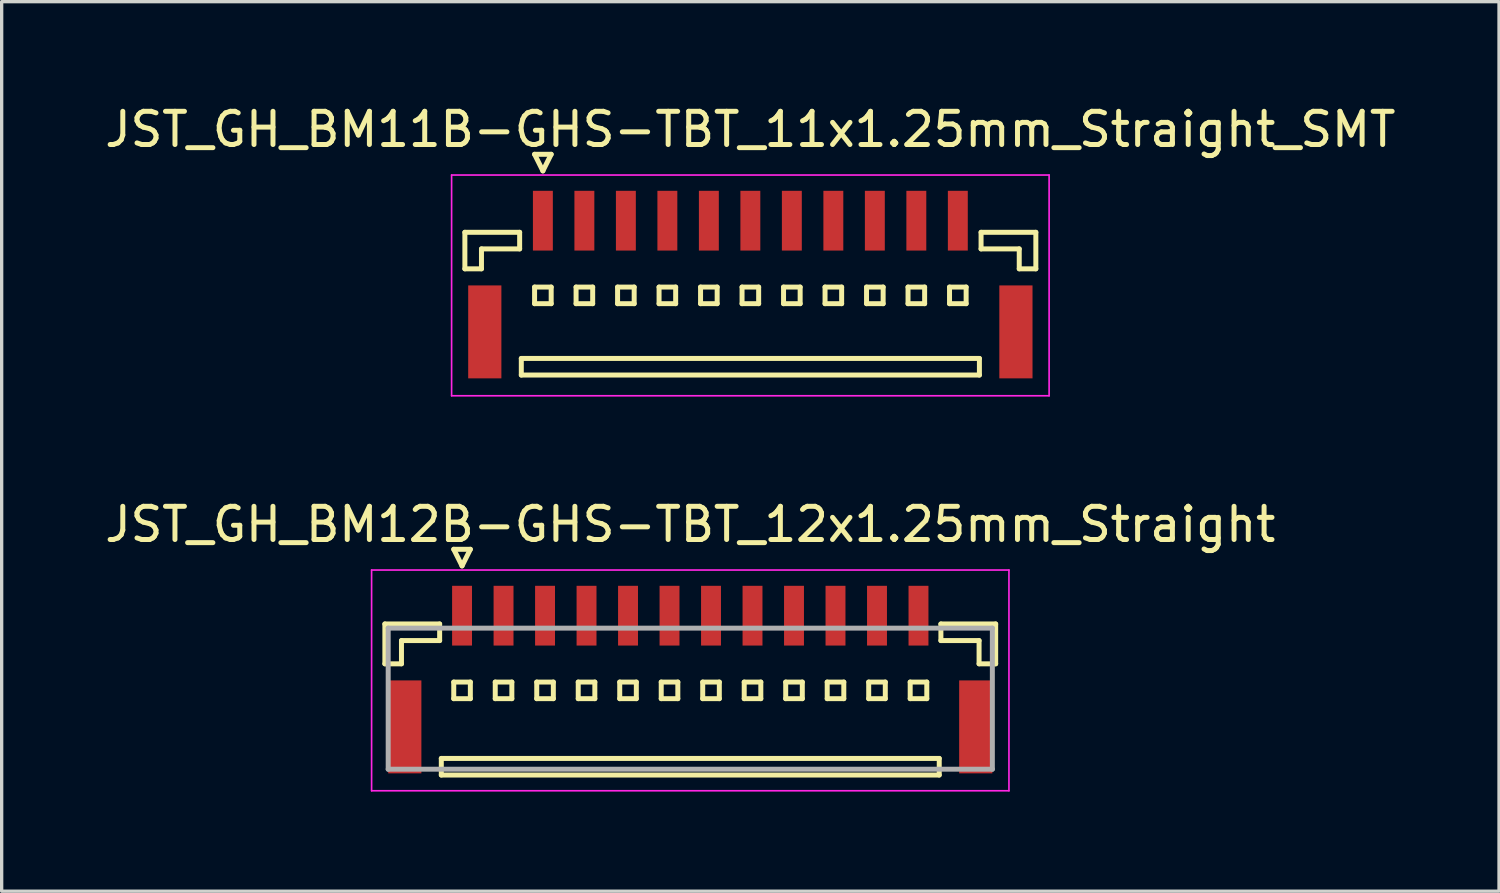
<source format=kicad_pcb>
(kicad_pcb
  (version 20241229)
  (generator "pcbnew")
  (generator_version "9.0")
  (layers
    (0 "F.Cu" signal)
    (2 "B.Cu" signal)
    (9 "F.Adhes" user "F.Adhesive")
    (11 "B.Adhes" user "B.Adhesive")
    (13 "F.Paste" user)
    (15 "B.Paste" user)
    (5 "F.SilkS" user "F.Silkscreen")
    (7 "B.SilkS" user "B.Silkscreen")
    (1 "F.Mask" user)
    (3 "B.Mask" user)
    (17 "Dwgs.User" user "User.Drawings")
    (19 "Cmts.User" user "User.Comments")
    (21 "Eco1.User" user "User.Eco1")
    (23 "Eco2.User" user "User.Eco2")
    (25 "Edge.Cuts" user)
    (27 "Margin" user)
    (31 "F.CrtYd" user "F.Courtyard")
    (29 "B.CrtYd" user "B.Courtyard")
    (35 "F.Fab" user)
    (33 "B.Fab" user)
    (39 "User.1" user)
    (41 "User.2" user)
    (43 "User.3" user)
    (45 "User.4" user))
  (footprint "JST_GH_BM12B-GHS-TBT_12x1.25mm_Straight"
    (layer "F.Cu")
    (at 17.744 17.172)
    (property "Reference" "JST_GH_BM12B-GHS-TBT_12x1.25mm_Straight" (at 0 -4.425 0) (layer "F.SilkS") (effects (font (size 1 1) (thickness 0.15))))
    (attr smd)
    (fp_line (start -9.2 -1.425) (end -7.55 -1.425) (stroke (width 0.15) (type solid)) (layer "F.SilkS"))
    (fp_line (start -9.2 -0.225) (end -9.2 -1.425) (stroke (width 0.15) (type solid)) (layer "F.SilkS"))
    (fp_line (start -8.7 -0.925) (end -8.7 -0.225) (stroke (width 0.15) (type solid)) (layer "F.SilkS"))
    (fp_line (start -8.7 -0.225) (end -9.2 -0.225) (stroke (width 0.15) (type solid)) (layer "F.SilkS"))
    (fp_line (start -7.55 -1.425) (end -7.55 -0.925) (stroke (width 0.15) (type solid)) (layer "F.SilkS"))
    (fp_line (start -7.55 -0.925) (end -8.7 -0.925) (stroke (width 0.15) (type solid)) (layer "F.SilkS"))
    (fp_line (start -7.5 2.625) (end -7.5 3.125) (stroke (width 0.15) (type solid)) (layer "F.SilkS"))
    (fp_line (start -7.5 3.125) (end 7.5 3.125) (stroke (width 0.15) (type solid)) (layer "F.SilkS"))
    (fp_line (start -7.125 -3.675) (end -6.625 -3.675) (stroke (width 0.15) (type solid)) (layer "F.SilkS"))
    (fp_line (start -7.125 0.325) (end -7.125 0.825) (stroke (width 0.15) (type solid)) (layer "F.SilkS"))
    (fp_line (start -7.125 0.825) (end -6.625 0.825) (stroke (width 0.15) (type solid)) (layer "F.SilkS"))
    (fp_line (start -6.875 -3.175) (end -7.125 -3.675) (stroke (width 0.15) (type solid)) (layer "F.SilkS"))
    (fp_line (start -6.625 -3.675) (end -6.875 -3.175) (stroke (width 0.15) (type solid)) (layer "F.SilkS"))
    (fp_line (start -6.625 0.325) (end -7.125 0.325) (stroke (width 0.15) (type solid)) (layer "F.SilkS"))
    (fp_line (start -6.625 0.825) (end -6.625 0.325) (stroke (width 0.15) (type solid)) (layer "F.SilkS"))
    (fp_line (start -5.875 0.325) (end -5.875 0.825) (stroke (width 0.15) (type solid)) (layer "F.SilkS"))
    (fp_line (start -5.875 0.825) (end -5.375 0.825) (stroke (width 0.15) (type solid)) (layer "F.SilkS"))
    (fp_line (start -5.375 0.325) (end -5.875 0.325) (stroke (width 0.15) (type solid)) (layer "F.SilkS"))
    (fp_line (start -5.375 0.825) (end -5.375 0.325) (stroke (width 0.15) (type solid)) (layer "F.SilkS"))
    (fp_line (start -4.625 0.325) (end -4.625 0.825) (stroke (width 0.15) (type solid)) (layer "F.SilkS"))
    (fp_line (start -4.625 0.825) (end -4.125 0.825) (stroke (width 0.15) (type solid)) (layer "F.SilkS"))
    (fp_line (start -4.125 0.325) (end -4.625 0.325) (stroke (width 0.15) (type solid)) (layer "F.SilkS"))
    (fp_line (start -4.125 0.825) (end -4.125 0.325) (stroke (width 0.15) (type solid)) (layer "F.SilkS"))
    (fp_line (start -3.375 0.325) (end -3.375 0.825) (stroke (width 0.15) (type solid)) (layer "F.SilkS"))
    (fp_line (start -3.375 0.825) (end -2.875 0.825) (stroke (width 0.15) (type solid)) (layer "F.SilkS"))
    (fp_line (start -2.875 0.325) (end -3.375 0.325) (stroke (width 0.15) (type solid)) (layer "F.SilkS"))
    (fp_line (start -2.875 0.825) (end -2.875 0.325) (stroke (width 0.15) (type solid)) (layer "F.SilkS"))
    (fp_line (start -2.125 0.325) (end -2.125 0.825) (stroke (width 0.15) (type solid)) (layer "F.SilkS"))
    (fp_line (start -2.125 0.825) (end -1.625 0.825) (stroke (width 0.15) (type solid)) (layer "F.SilkS"))
    (fp_line (start -1.625 0.325) (end -2.125 0.325) (stroke (width 0.15) (type solid)) (layer "F.SilkS"))
    (fp_line (start -1.625 0.825) (end -1.625 0.325) (stroke (width 0.15) (type solid)) (layer "F.SilkS"))
    (fp_line (start -0.875 0.325) (end -0.875 0.825) (stroke (width 0.15) (type solid)) (layer "F.SilkS"))
    (fp_line (start -0.875 0.825) (end -0.375 0.825) (stroke (width 0.15) (type solid)) (layer "F.SilkS"))
    (fp_line (start -0.375 0.325) (end -0.875 0.325) (stroke (width 0.15) (type solid)) (layer "F.SilkS"))
    (fp_line (start -0.375 0.825) (end -0.375 0.325) (stroke (width 0.15) (type solid)) (layer "F.SilkS"))
    (fp_line (start 0.375 0.325) (end 0.375 0.825) (stroke (width 0.15) (type solid)) (layer "F.SilkS"))
    (fp_line (start 0.375 0.825) (end 0.875 0.825) (stroke (width 0.15) (type solid)) (layer "F.SilkS"))
    (fp_line (start 0.875 0.325) (end 0.375 0.325) (stroke (width 0.15) (type solid)) (layer "F.SilkS"))
    (fp_line (start 0.875 0.825) (end 0.875 0.325) (stroke (width 0.15) (type solid)) (layer "F.SilkS"))
    (fp_line (start 1.625 0.325) (end 1.625 0.825) (stroke (width 0.15) (type solid)) (layer "F.SilkS"))
    (fp_line (start 1.625 0.825) (end 2.125 0.825) (stroke (width 0.15) (type solid)) (layer "F.SilkS"))
    (fp_line (start 2.125 0.325) (end 1.625 0.325) (stroke (width 0.15) (type solid)) (layer "F.SilkS"))
    (fp_line (start 2.125 0.825) (end 2.125 0.325) (stroke (width 0.15) (type solid)) (layer "F.SilkS"))
    (fp_line (start 2.875 0.325) (end 2.875 0.825) (stroke (width 0.15) (type solid)) (layer "F.SilkS"))
    (fp_line (start 2.875 0.825) (end 3.375 0.825) (stroke (width 0.15) (type solid)) (layer "F.SilkS"))
    (fp_line (start 3.375 0.325) (end 2.875 0.325) (stroke (width 0.15) (type solid)) (layer "F.SilkS"))
    (fp_line (start 3.375 0.825) (end 3.375 0.325) (stroke (width 0.15) (type solid)) (layer "F.SilkS"))
    (fp_line (start 4.125 0.325) (end 4.125 0.825) (stroke (width 0.15) (type solid)) (layer "F.SilkS"))
    (fp_line (start 4.125 0.825) (end 4.625 0.825) (stroke (width 0.15) (type solid)) (layer "F.SilkS"))
    (fp_line (start 4.625 0.325) (end 4.125 0.325) (stroke (width 0.15) (type solid)) (layer "F.SilkS"))
    (fp_line (start 4.625 0.825) (end 4.625 0.325) (stroke (width 0.15) (type solid)) (layer "F.SilkS"))
    (fp_line (start 5.375 0.325) (end 5.375 0.825) (stroke (width 0.15) (type solid)) (layer "F.SilkS"))
    (fp_line (start 5.375 0.825) (end 5.875 0.825) (stroke (width 0.15) (type solid)) (layer "F.SilkS"))
    (fp_line (start 5.875 0.325) (end 5.375 0.325) (stroke (width 0.15) (type solid)) (layer "F.SilkS"))
    (fp_line (start 5.875 0.825) (end 5.875 0.325) (stroke (width 0.15) (type solid)) (layer "F.SilkS"))
    (fp_line (start 6.625 0.325) (end 6.625 0.825) (stroke (width 0.15) (type solid)) (layer "F.SilkS"))
    (fp_line (start 6.625 0.825) (end 7.125 0.825) (stroke (width 0.15) (type solid)) (layer "F.SilkS"))
    (fp_line (start 7.125 0.325) (end 6.625 0.325) (stroke (width 0.15) (type solid)) (layer "F.SilkS"))
    (fp_line (start 7.125 0.825) (end 7.125 0.325) (stroke (width 0.15) (type solid)) (layer "F.SilkS"))
    (fp_line (start 7.5 2.625) (end -7.5 2.625) (stroke (width 0.15) (type solid)) (layer "F.SilkS"))
    (fp_line (start 7.5 3.125) (end 7.5 2.625) (stroke (width 0.15) (type solid)) (layer "F.SilkS"))
    (fp_line (start 7.55 -1.425) (end 7.55 -0.925) (stroke (width 0.15) (type solid)) (layer "F.SilkS"))
    (fp_line (start 7.55 -0.925) (end 8.7 -0.925) (stroke (width 0.15) (type solid)) (layer "F.SilkS"))
    (fp_line (start 8.7 -0.925) (end 8.7 -0.225) (stroke (width 0.15) (type solid)) (layer "F.SilkS"))
    (fp_line (start 8.7 -0.225) (end 9.2 -0.225) (stroke (width 0.15) (type solid)) (layer "F.SilkS"))
    (fp_line (start 9.2 -1.425) (end 7.55 -1.425) (stroke (width 0.15) (type solid)) (layer "F.SilkS"))
    (fp_line (start 9.2 -0.225) (end 9.2 -1.425) (stroke (width 0.15) (type solid)) (layer "F.SilkS"))
    (fp_line (start -9.6 -3.05) (end -9.6 3.6) (stroke (width 0.05) (type solid)) (layer "F.CrtYd"))
    (fp_line (start -9.6 3.6) (end 9.6 3.6) (stroke (width 0.05) (type solid)) (layer "F.CrtYd"))
    (fp_line (start 9.6 -3.05) (end -9.6 -3.05) (stroke (width 0.05) (type solid)) (layer "F.CrtYd"))
    (fp_line (start 9.6 3.6) (end 9.6 -3.05) (stroke (width 0.05) (type solid)) (layer "F.CrtYd"))
    (fp_line (start -9.1 -1.3) (end -9.1 2.95) (stroke (width 0.15) (type solid)) (layer "F.Fab"))
    (fp_line (start -9.1 2.95) (end 9.1 2.95) (stroke (width 0.15) (type solid)) (layer "F.Fab"))
    (fp_line (start 9.1 -1.3) (end -9.1 -1.3) (stroke (width 0.15) (type solid)) (layer "F.Fab"))
    (fp_line (start 9.1 2.95) (end 9.1 -1.3) (stroke (width 0.15) (type solid)) (layer "F.Fab"))
    (pad "" smd rect (at -8.6 1.675) (size 1 2.8) (layers "F.Cu" "F.Mask" "F.Paste"))
    (pad "" smd rect (at 8.6 1.675) (size 1 2.8) (layers "F.Cu" "F.Mask" "F.Paste"))
    (pad "1" smd rect (at -6.875 -1.675) (size 0.6 1.8) (layers "F.Cu" "F.Mask" "F.Paste"))
    (pad "2" smd rect (at -5.625 -1.675) (size 0.6 1.8) (layers "F.Cu" "F.Mask" "F.Paste"))
    (pad "3" smd rect (at -4.375 -1.675) (size 0.6 1.8) (layers "F.Cu" "F.Mask" "F.Paste"))
    (pad "4" smd rect (at -3.125 -1.675) (size 0.6 1.8) (layers "F.Cu" "F.Mask" "F.Paste"))
    (pad "5" smd rect (at -1.875 -1.675) (size 0.6 1.8) (layers "F.Cu" "F.Mask" "F.Paste"))
    (pad "6" smd rect (at -0.625 -1.675) (size 0.6 1.8) (layers "F.Cu" "F.Mask" "F.Paste"))
    (pad "7" smd rect (at 0.625 -1.675) (size 0.6 1.8) (layers "F.Cu" "F.Mask" "F.Paste"))
    (pad "8" smd rect (at 1.875 -1.675) (size 0.6 1.8) (layers "F.Cu" "F.Mask" "F.Paste"))
    (pad "9" smd rect (at 3.125 -1.675) (size 0.6 1.8) (layers "F.Cu" "F.Mask" "F.Paste"))
    (pad "10" smd rect (at 4.375 -1.675) (size 0.6 1.8) (layers "F.Cu" "F.Mask" "F.Paste"))
    (pad "11" smd rect (at 5.625 -1.675) (size 0.6 1.8) (layers "F.Cu" "F.Mask" "F.Paste"))
    (pad "12" smd rect (at 6.875 -1.675) (size 0.6 1.8) (layers "F.Cu" "F.Mask" "F.Paste")))
  (footprint "JST_GH_BM11B-GHS-TBT_11x1.25mm_Straight_SMT"
    (layer "F.Cu")
    (at 19.554 5.273)
    (property "Reference" "JST_GH_BM11B-GHS-TBT_11x1.25mm_Straight_SMT" (at 0 -4.425 0) (layer "F.SilkS") (effects (font (size 1 1) (thickness 0.15))))
    (attr smd)
    (fp_line (start -8.6 -1.325) (end -6.95 -1.325) (stroke (width 0.15) (type solid)) (layer "F.SilkS"))
    (fp_line (start -8.6 -0.225) (end -8.6 -1.325) (stroke (width 0.15) (type solid)) (layer "F.SilkS"))
    (fp_line (start -8.1 -0.825) (end -8.1 -0.225) (stroke (width 0.15) (type solid)) (layer "F.SilkS"))
    (fp_line (start -8.1 -0.225) (end -8.6 -0.225) (stroke (width 0.15) (type solid)) (layer "F.SilkS"))
    (fp_line (start -6.95 -1.325) (end -6.95 -0.825) (stroke (width 0.15) (type solid)) (layer "F.SilkS"))
    (fp_line (start -6.95 -0.825) (end -8.1 -0.825) (stroke (width 0.15) (type solid)) (layer "F.SilkS"))
    (fp_line (start -6.9 2.475) (end -6.9 2.975) (stroke (width 0.15) (type solid)) (layer "F.SilkS"))
    (fp_line (start -6.9 2.975) (end 6.9 2.975) (stroke (width 0.15) (type solid)) (layer "F.SilkS"))
    (fp_line (start -6.5 -3.675) (end -6 -3.675) (stroke (width 0.15) (type solid)) (layer "F.SilkS"))
    (fp_line (start -6.5 0.325) (end -6.5 0.825) (stroke (width 0.15) (type solid)) (layer "F.SilkS"))
    (fp_line (start -6.5 0.825) (end -6 0.825) (stroke (width 0.15) (type solid)) (layer "F.SilkS"))
    (fp_line (start -6.25 -3.175) (end -6.5 -3.675) (stroke (width 0.15) (type solid)) (layer "F.SilkS"))
    (fp_line (start -6 -3.675) (end -6.25 -3.175) (stroke (width 0.15) (type solid)) (layer "F.SilkS"))
    (fp_line (start -6 0.325) (end -6.5 0.325) (stroke (width 0.15) (type solid)) (layer "F.SilkS"))
    (fp_line (start -6 0.825) (end -6 0.325) (stroke (width 0.15) (type solid)) (layer "F.SilkS"))
    (fp_line (start -5.25 0.325) (end -5.25 0.825) (stroke (width 0.15) (type solid)) (layer "F.SilkS"))
    (fp_line (start -5.25 0.825) (end -4.75 0.825) (stroke (width 0.15) (type solid)) (layer "F.SilkS"))
    (fp_line (start -4.75 0.325) (end -5.25 0.325) (stroke (width 0.15) (type solid)) (layer "F.SilkS"))
    (fp_line (start -4.75 0.825) (end -4.75 0.325) (stroke (width 0.15) (type solid)) (layer "F.SilkS"))
    (fp_line (start -4 0.325) (end -4 0.825) (stroke (width 0.15) (type solid)) (layer "F.SilkS"))
    (fp_line (start -4 0.825) (end -3.5 0.825) (stroke (width 0.15) (type solid)) (layer "F.SilkS"))
    (fp_line (start -3.5 0.325) (end -4 0.325) (stroke (width 0.15) (type solid)) (layer "F.SilkS"))
    (fp_line (start -3.5 0.825) (end -3.5 0.325) (stroke (width 0.15) (type solid)) (layer "F.SilkS"))
    (fp_line (start -2.75 0.325) (end -2.75 0.825) (stroke (width 0.15) (type solid)) (layer "F.SilkS"))
    (fp_line (start -2.75 0.825) (end -2.25 0.825) (stroke (width 0.15) (type solid)) (layer "F.SilkS"))
    (fp_line (start -2.25 0.325) (end -2.75 0.325) (stroke (width 0.15) (type solid)) (layer "F.SilkS"))
    (fp_line (start -2.25 0.825) (end -2.25 0.325) (stroke (width 0.15) (type solid)) (layer "F.SilkS"))
    (fp_line (start -1.5 0.325) (end -1.5 0.825) (stroke (width 0.15) (type solid)) (layer "F.SilkS"))
    (fp_line (start -1.5 0.825) (end -1 0.825) (stroke (width 0.15) (type solid)) (layer "F.SilkS"))
    (fp_line (start -1 0.325) (end -1.5 0.325) (stroke (width 0.15) (type solid)) (layer "F.SilkS"))
    (fp_line (start -1 0.825) (end -1 0.325) (stroke (width 0.15) (type solid)) (layer "F.SilkS"))
    (fp_line (start -0.25 0.325) (end -0.25 0.825) (stroke (width 0.15) (type solid)) (layer "F.SilkS"))
    (fp_line (start -0.25 0.825) (end 0.25 0.825) (stroke (width 0.15) (type solid)) (layer "F.SilkS"))
    (fp_line (start 0.25 0.325) (end -0.25 0.325) (stroke (width 0.15) (type solid)) (layer "F.SilkS"))
    (fp_line (start 0.25 0.825) (end 0.25 0.325) (stroke (width 0.15) (type solid)) (layer "F.SilkS"))
    (fp_line (start 1 0.325) (end 1 0.825) (stroke (width 0.15) (type solid)) (layer "F.SilkS"))
    (fp_line (start 1 0.825) (end 1.5 0.825) (stroke (width 0.15) (type solid)) (layer "F.SilkS"))
    (fp_line (start 1.5 0.325) (end 1 0.325) (stroke (width 0.15) (type solid)) (layer "F.SilkS"))
    (fp_line (start 1.5 0.825) (end 1.5 0.325) (stroke (width 0.15) (type solid)) (layer "F.SilkS"))
    (fp_line (start 2.25 0.325) (end 2.25 0.825) (stroke (width 0.15) (type solid)) (layer "F.SilkS"))
    (fp_line (start 2.25 0.825) (end 2.75 0.825) (stroke (width 0.15) (type solid)) (layer "F.SilkS"))
    (fp_line (start 2.75 0.325) (end 2.25 0.325) (stroke (width 0.15) (type solid)) (layer "F.SilkS"))
    (fp_line (start 2.75 0.825) (end 2.75 0.325) (stroke (width 0.15) (type solid)) (layer "F.SilkS"))
    (fp_line (start 3.5 0.325) (end 3.5 0.825) (stroke (width 0.15) (type solid)) (layer "F.SilkS"))
    (fp_line (start 3.5 0.825) (end 4 0.825) (stroke (width 0.15) (type solid)) (layer "F.SilkS"))
    (fp_line (start 4 0.325) (end 3.5 0.325) (stroke (width 0.15) (type solid)) (layer "F.SilkS"))
    (fp_line (start 4 0.825) (end 4 0.325) (stroke (width 0.15) (type solid)) (layer "F.SilkS"))
    (fp_line (start 4.75 0.325) (end 4.75 0.825) (stroke (width 0.15) (type solid)) (layer "F.SilkS"))
    (fp_line (start 4.75 0.825) (end 5.25 0.825) (stroke (width 0.15) (type solid)) (layer "F.SilkS"))
    (fp_line (start 5.25 0.325) (end 4.75 0.325) (stroke (width 0.15) (type solid)) (layer "F.SilkS"))
    (fp_line (start 5.25 0.825) (end 5.25 0.325) (stroke (width 0.15) (type solid)) (layer "F.SilkS"))
    (fp_line (start 6 0.325) (end 6 0.825) (stroke (width 0.15) (type solid)) (layer "F.SilkS"))
    (fp_line (start 6 0.825) (end 6.5 0.825) (stroke (width 0.15) (type solid)) (layer "F.SilkS"))
    (fp_line (start 6.5 0.325) (end 6 0.325) (stroke (width 0.15) (type solid)) (layer "F.SilkS"))
    (fp_line (start 6.5 0.825) (end 6.5 0.325) (stroke (width 0.15) (type solid)) (layer "F.SilkS"))
    (fp_line (start 6.9 2.475) (end -6.9 2.475) (stroke (width 0.15) (type solid)) (layer "F.SilkS"))
    (fp_line (start 6.9 2.975) (end 6.9 2.475) (stroke (width 0.15) (type solid)) (layer "F.SilkS"))
    (fp_line (start 6.95 -1.325) (end 6.95 -0.825) (stroke (width 0.15) (type solid)) (layer "F.SilkS"))
    (fp_line (start 6.95 -0.825) (end 8.1 -0.825) (stroke (width 0.15) (type solid)) (layer "F.SilkS"))
    (fp_line (start 8.1 -0.825) (end 8.1 -0.225) (stroke (width 0.15) (type solid)) (layer "F.SilkS"))
    (fp_line (start 8.1 -0.225) (end 8.6 -0.225) (stroke (width 0.15) (type solid)) (layer "F.SilkS"))
    (fp_line (start 8.6 -1.325) (end 6.95 -1.325) (stroke (width 0.15) (type solid)) (layer "F.SilkS"))
    (fp_line (start 8.6 -0.225) (end 8.6 -1.325) (stroke (width 0.15) (type solid)) (layer "F.SilkS"))
    (fp_line (start -9 -3.05) (end -9 3.6) (stroke (width 0.05) (type solid)) (layer "F.CrtYd"))
    (fp_line (start -9 3.6) (end 9 3.6) (stroke (width 0.05) (type solid)) (layer "F.CrtYd"))
    (fp_line (start 9 -3.05) (end -9 -3.05) (stroke (width 0.05) (type solid)) (layer "F.CrtYd"))
    (fp_line (start 9 3.6) (end 9 -3.05) (stroke (width 0.05) (type solid)) (layer "F.CrtYd"))
    (pad "" smd rect (at -8 1.675) (size 1 2.8) (layers "F.Cu" "F.Mask" "F.Paste"))
    (pad "" smd rect (at 8 1.675) (size 1 2.8) (layers "F.Cu" "F.Mask" "F.Paste"))
    (pad "1" smd rect (at -6.25 -1.675) (size 0.6 1.8) (layers "F.Cu" "F.Mask" "F.Paste"))
    (pad "2" smd rect (at -5 -1.675) (size 0.6 1.8) (layers "F.Cu" "F.Mask" "F.Paste"))
    (pad "3" smd rect (at -3.75 -1.675) (size 0.6 1.8) (layers "F.Cu" "F.Mask" "F.Paste"))
    (pad "4" smd rect (at -2.5 -1.675) (size 0.6 1.8) (layers "F.Cu" "F.Mask" "F.Paste"))
    (pad "5" smd rect (at -1.25 -1.675) (size 0.6 1.8) (layers "F.Cu" "F.Mask" "F.Paste"))
    (pad "6" smd rect (at 0 -1.675) (size 0.6 1.8) (layers "F.Cu" "F.Mask" "F.Paste"))
    (pad "7" smd rect (at 1.25 -1.675) (size 0.6 1.8) (layers "F.Cu" "F.Mask" "F.Paste"))
    (pad "8" smd rect (at 2.5 -1.675) (size 0.6 1.8) (layers "F.Cu" "F.Mask" "F.Paste"))
    (pad "9" smd rect (at 3.75 -1.675) (size 0.6 1.8) (layers "F.Cu" "F.Mask" "F.Paste"))
    (pad "10" smd rect (at 5 -1.675) (size 0.6 1.8) (layers "F.Cu" "F.Mask" "F.Paste"))
    (pad "11" smd rect (at 6.25 -1.675) (size 0.6 1.8) (layers "F.Cu" "F.Mask" "F.Paste")))
  (gr_rect
    (start -3 -3)
    (end 42.107 23.797)
    (stroke (width 0.1) (type default))
    (fill no)
    (layer "Edge.Cuts")))
</source>
